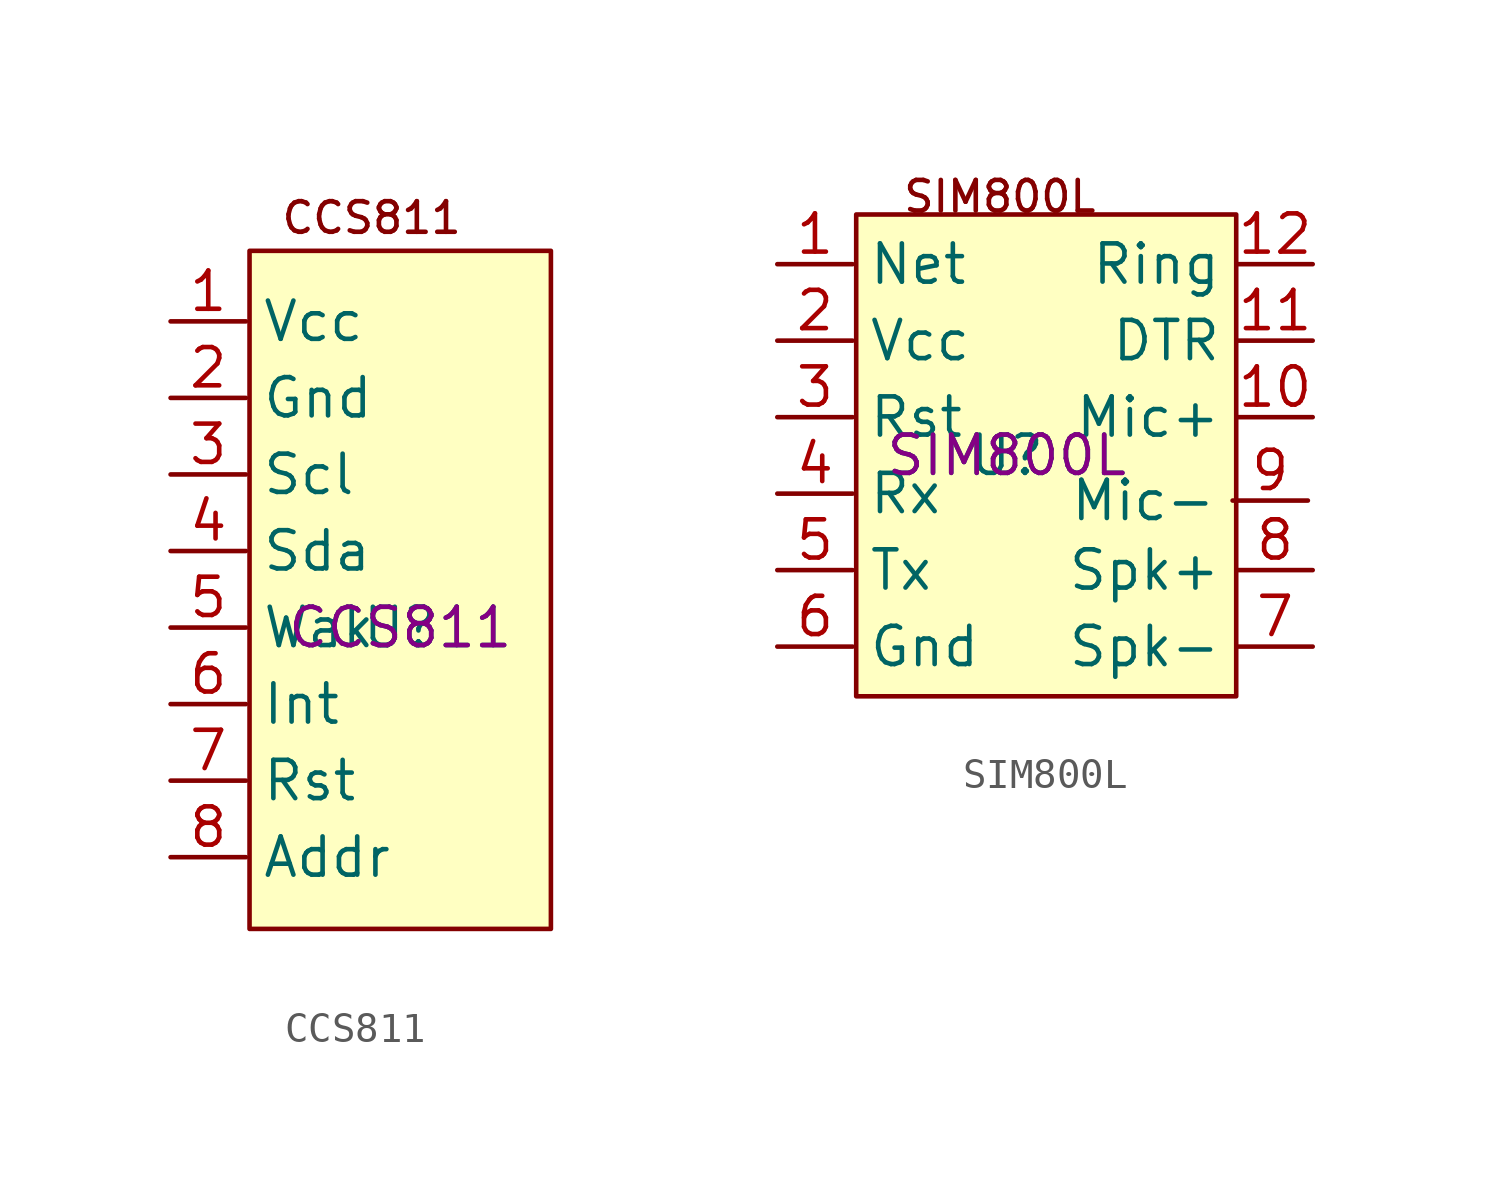
<source format=kicad_sym>
(kicad_symbol_lib
  (version 20211014)
  (generator kicad_symbol_editor)
  (symbol "CCS811"
    (property "Reference" "U"
      (at 0 0 0)
      (effects (font (size 1.27 1.27))))
    (property "Value" "CCS811"
      (at 0 0 0)
      (effects (font (size 1.27 1.27))))
    (property "Reference_1" ""
      (at 0 0 0)
      (effects (font (size 1.27 1.27))))
    (property "Value_1" "CCS811"
      (at 0 0 0)
      (effects (font (size 1.27 1.27))))
    (symbol "CCS811_1_0"
      (rectangle (start 5 12.5) (end -5 -10) (stroke (width 0) (type default) (color 0 0 0 0)) (fill (type background)))
      (text "CCS811" (at -4 13 0) (effects (font (size 1.016 1.016)) (justify left bottom)))
      (pin power_in line (at -7.62 10.16 0) (length 2.5) (name "Vcc" (effects (font (size 1.27 1.27)))) (number "1" (effects (font (size 1.27 1.27)))))
      (pin power_in line (at -7.62 7.62 0) (length 2.5) (name "Gnd" (effects (font (size 1.27 1.27)))) (number "2" (effects (font (size 1.27 1.27)))))
      (pin power_in line (at -7.62 5.08 0) (length 2.5) (name "Scl" (effects (font (size 1.27 1.27)))) (number "3" (effects (font (size 1.27 1.27)))))
      (pin power_in line (at -7.62 2.54 0) (length 2.5) (name "Sda" (effects (font (size 1.27 1.27)))) (number "4" (effects (font (size 1.27 1.27)))))
      (pin power_in line (at -7.62 0 0) (length 2.5) (name "Wak" (effects (font (size 1.27 1.27)))) (number "5" (effects (font (size 1.27 1.27)))))
      (pin power_in line (at -7.62 -2.54 0) (length 2.5) (name "Int" (effects (font (size 1.27 1.27)))) (number "6" (effects (font (size 1.27 1.27)))))
      (pin power_in line (at -7.62 -5.08 0) (length 2.5) (name "Rst" (effects (font (size 1.27 1.27)))) (number "7" (effects (font (size 1.27 1.27)))))
      (pin power_in line (at -7.62 -7.62 0) (length 2.5) (name "Addr" (effects (font (size 1.27 1.27)))) (number "8" (effects (font (size 1.27 1.27)))))))
  (symbol "SIM800L"
    (property "Reference" "U"
      (at 0 0 0)
      (effects (font (size 1.27 1.27))))
    (property "Value" "SIM800L"
      (at 0 0 0)
      (effects (font (size 1.27 1.27))))
    (property "Reference_1" ""
      (at 0 0 0)
      (effects (font (size 1.27 1.27))))
    (property "Value_1" "SIM800L"
      (at 0 0 0)
      (effects (font (size 1.27 1.27))))
    (symbol "SIM800L_1_0"
      (rectangle (start -5 8) (end 7.62 -8) (stroke (width 0) (type default) (color 0 0 0 0)) (fill (type background)))
      (text "SIM800L" (at -3.5 8 0) (effects (font (size 1.016 1.016)) (justify left bottom)))
      (pin power_in line (at -7.62 6.35 0) (length 2.5) (name "Net" (effects (font (size 1.27 1.27)))) (number "1" (effects (font (size 1.27 1.27)))))
      (pin power_in line (at 10.16 1.27 180) (length 2.5) (name "Mic+" (effects (font (size 1.27 1.27)))) (number "10" (effects (font (size 1.27 1.27)))))
      (pin power_in line (at 10.16 3.81 180) (length 2.5) (name "DTR" (effects (font (size 1.27 1.27)))) (number "11" (effects (font (size 1.27 1.27)))))
      (pin power_in line (at 10.16 6.35 180) (length 2.5) (name "Ring" (effects (font (size 1.27 1.27)))) (number "12" (effects (font (size 1.27 1.27)))))
      (pin power_in line (at -7.62 3.81 0) (length 2.5) (name "Vcc" (effects (font (size 1.27 1.27)))) (number "2" (effects (font (size 1.27 1.27)))))
      (pin power_in line (at -7.62 1.27 0) (length 2.5) (name "Rst" (effects (font (size 1.27 1.27)))) (number "3" (effects (font (size 1.27 1.27)))))
      (pin input line (at -7.62 -1.27 0) (length 2.5) (name "Rx" (effects (font (size 1.27 1.27)))) (number "4" (effects (font (size 1.27 1.27)))))
      (pin output line (at -7.62 -3.81 0) (length 2.5) (name "Tx" (effects (font (size 1.27 1.27)))) (number "5" (effects (font (size 1.27 1.27)))))
      (pin power_in line (at -7.62 -6.35 0) (length 2.5) (name "Gnd" (effects (font (size 1.27 1.27)))) (number "6" (effects (font (size 1.27 1.27)))))
      (pin power_in line (at 10.16 -6.35 180) (length 2.5) (name "Spk-" (effects (font (size 1.27 1.27)))) (number "7" (effects (font (size 1.27 1.27)))))
      (pin power_in line (at 10.16 -3.81 180) (length 2.5) (name "Spk+" (effects (font (size 1.27 1.27)))) (number "8" (effects (font (size 1.27 1.27)))))
      (pin power_in line (at 10 -1.5 180) (length 2.5) (name "Mic-" (effects (font (size 1.27 1.27)))) (number "9" (effects (font (size 1.27 1.27))))))))
</source>
